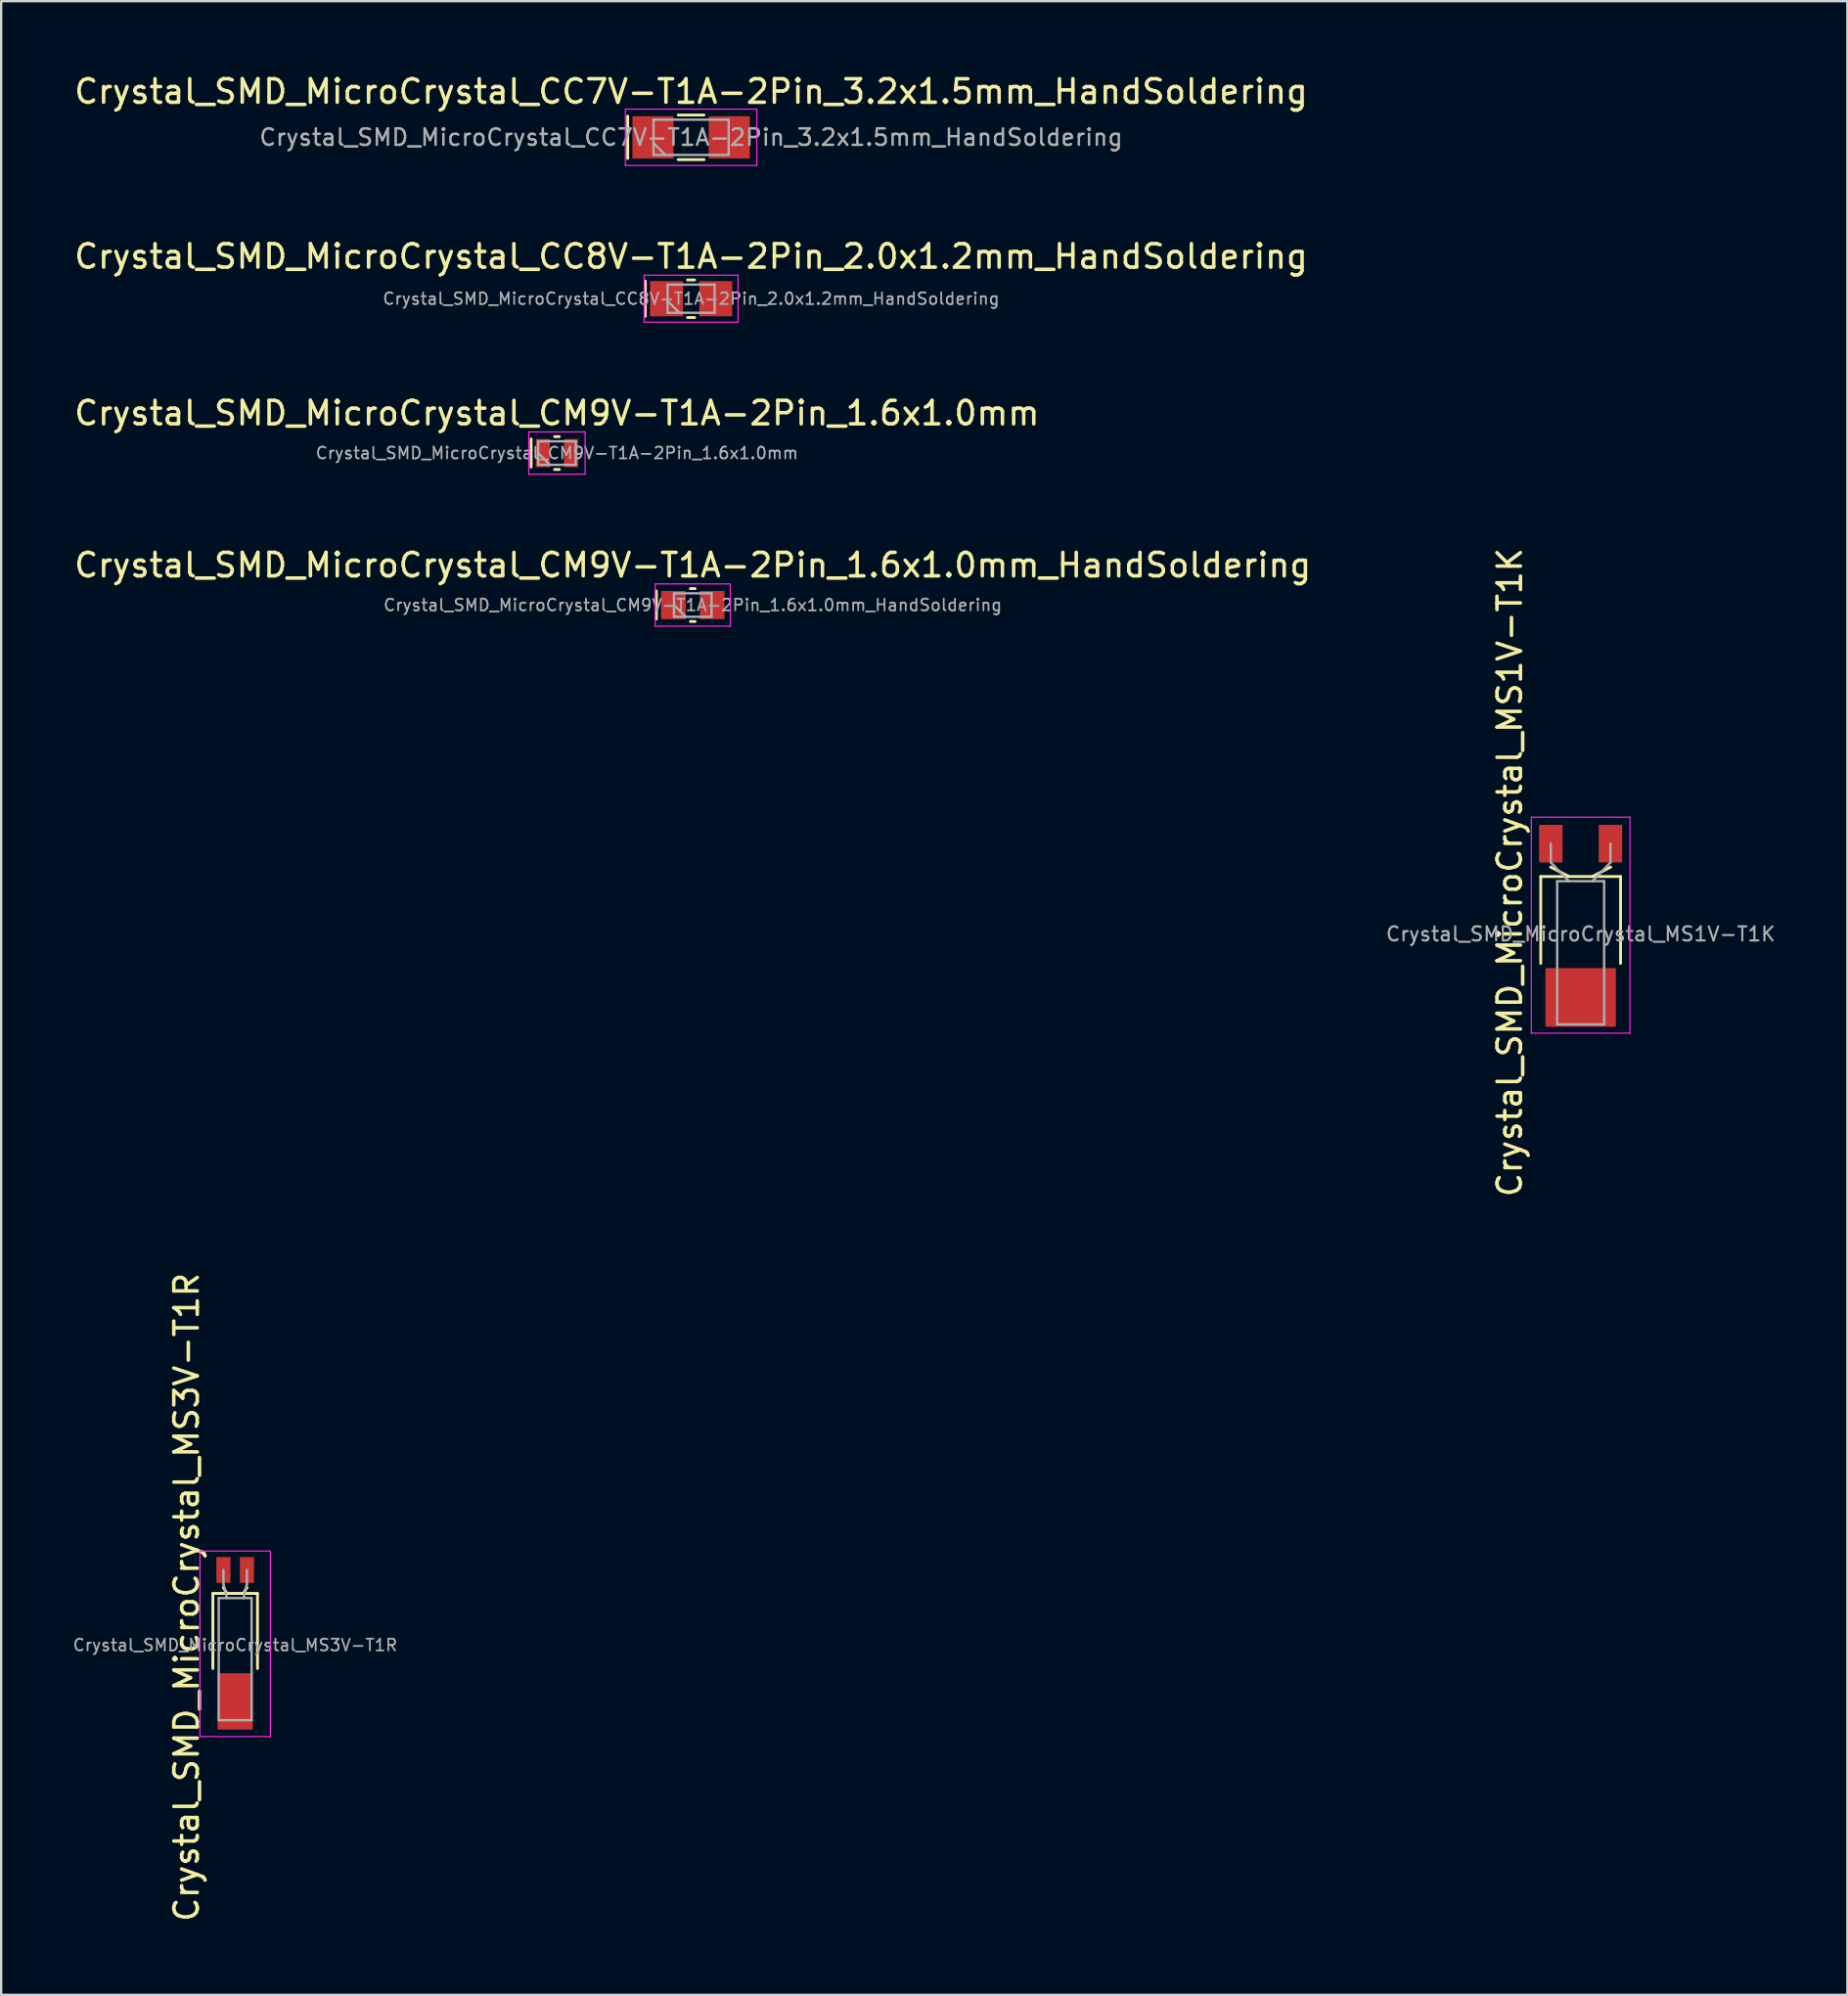
<source format=kicad_pcb>
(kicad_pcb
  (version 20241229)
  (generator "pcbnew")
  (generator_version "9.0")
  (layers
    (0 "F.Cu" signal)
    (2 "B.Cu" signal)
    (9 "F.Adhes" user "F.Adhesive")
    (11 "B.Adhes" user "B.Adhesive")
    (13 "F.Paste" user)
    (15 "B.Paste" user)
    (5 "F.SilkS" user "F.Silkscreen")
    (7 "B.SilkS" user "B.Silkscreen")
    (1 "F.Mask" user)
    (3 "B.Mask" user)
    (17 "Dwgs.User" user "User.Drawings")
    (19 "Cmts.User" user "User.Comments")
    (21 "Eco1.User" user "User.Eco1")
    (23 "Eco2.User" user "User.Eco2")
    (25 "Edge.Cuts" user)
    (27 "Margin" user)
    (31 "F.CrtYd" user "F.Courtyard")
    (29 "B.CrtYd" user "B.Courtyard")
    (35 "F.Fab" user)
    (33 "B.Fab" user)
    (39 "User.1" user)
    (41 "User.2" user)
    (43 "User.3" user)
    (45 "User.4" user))
  (footprint "Crystal_SMD_MicroCrystal_MS1V-T1K"
    (layer "F.Cu")
    (at 64.277 36.379)
    (property "Reference" "Crystal_SMD_MicroCrystal_MS1V-T1K" (at -3.02 -2.275 90) (layer "F.SilkS") (effects (font (size 1 1) (thickness 0.15))))
    (attr smd)
    (fp_line (start -1.7 -2.1) (end 1.7 -2.1) (stroke (width 0.12) (type solid)) (layer "F.SilkS"))
    (fp_line (start -1.7 1.6) (end -1.7 -2.1) (stroke (width 0.12) (type solid)) (layer "F.SilkS"))
    (fp_line (start -1.27 -2.5) (end -1.27 -2.5) (stroke (width 0.12) (type solid)) (layer "F.SilkS"))
    (fp_line (start -0.5 -2.1) (end -1.27 -2.5) (stroke (width 0.12) (type solid)) (layer "F.SilkS"))
    (fp_line (start 0.5 -2.1) (end 1.27 -2.5) (stroke (width 0.12) (type solid)) (layer "F.SilkS"))
    (fp_line (start 1.27 -2.5) (end 1.27 -2.5) (stroke (width 0.12) (type solid)) (layer "F.SilkS"))
    (fp_line (start 1.7 -2.1) (end 1.7 1.6) (stroke (width 0.12) (type solid)) (layer "F.SilkS"))
    (fp_line (start -2.1 -4.627) (end -2.1 4.573) (stroke (width 0.05) (type solid)) (layer "F.CrtYd"))
    (fp_line (start -2.1 4.573) (end 2.1 4.573) (stroke (width 0.05) (type solid)) (layer "F.CrtYd"))
    (fp_line (start 2.1 -4.627) (end -2.1 -4.627) (stroke (width 0.05) (type solid)) (layer "F.CrtYd"))
    (fp_line (start 2.1 4.573) (end 2.1 -4.627) (stroke (width 0.05) (type solid)) (layer "F.CrtYd"))
    (fp_line (start -1.27 -2.7) (end -1.27 -3.5) (stroke (width 0.1) (type solid)) (layer "F.Fab"))
    (fp_line (start -1 -1.9) (end -1 4.2) (stroke (width 0.1) (type solid)) (layer "F.Fab"))
    (fp_line (start -1 4.2) (end 1 4.2) (stroke (width 0.1) (type solid)) (layer "F.Fab"))
    (fp_line (start -0.5 -1.9) (end -1.27 -2.7) (stroke (width 0.1) (type solid)) (layer "F.Fab"))
    (fp_line (start 0.5 -1.9) (end 1.27 -2.7) (stroke (width 0.1) (type solid)) (layer "F.Fab"))
    (fp_line (start 1 -1.9) (end -1 -1.9) (stroke (width 0.1) (type solid)) (layer "F.Fab"))
    (fp_line (start 1 4.2) (end 1 -1.9) (stroke (width 0.1) (type solid)) (layer "F.Fab"))
    (fp_line (start 1.27 -2.7) (end 1.27 -3.5) (stroke (width 0.1) (type solid)) (layer "F.Fab"))
    (fp_text user "${REFERENCE}" (at 0 0.35 0) (layer "F.Fab") (effects (font (size 0.6 0.6) (thickness 0.09))))
    (pad "1" smd rect (at -1.27 -3.5) (size 1 1.6) (layers "F.Cu" "F.Mask" "F.Paste"))
    (pad "2" smd rect (at 1.27 -3.5) (size 1 1.6) (layers "F.Cu" "F.Mask" "F.Paste"))
    (pad "3" smd rect (at 0 3.05) (size 3 2.5) (layers "F.Cu" "F.Mask" "F.Paste")))
  (footprint "Crystal_SMD_MicroCrystal_CC7V-T1A-2Pin_3.2x1.5mm_HandSoldering"
    (layer "F.Cu")
    (at 26.387 2.798)
    (property "Reference" "Crystal_SMD_MicroCrystal_CC7V-T1A-2Pin_3.2x1.5mm_HandSoldering" (at 0 -1.95 0) (layer "F.SilkS") (effects (font (size 1 1) (thickness 0.15))))
    (attr smd)
    (fp_line (start -2.7 -0.9) (end -2.7 0.9) (stroke (width 0.12) (type solid)) (layer "F.SilkS"))
    (fp_line (start -0.55 -0.95) (end 0.55 -0.95) (stroke (width 0.12) (type solid)) (layer "F.SilkS"))
    (fp_line (start -0.55 0.95) (end 0.55 0.95) (stroke (width 0.12) (type solid)) (layer "F.SilkS"))
    (fp_line (start -2.8 -1.2) (end -2.8 1.2) (stroke (width 0.05) (type solid)) (layer "F.CrtYd"))
    (fp_line (start -2.8 1.2) (end 2.8 1.2) (stroke (width 0.05) (type solid)) (layer "F.CrtYd"))
    (fp_line (start 2.8 -1.2) (end -2.8 -1.2) (stroke (width 0.05) (type solid)) (layer "F.CrtYd"))
    (fp_line (start 2.8 1.2) (end 2.8 -1.2) (stroke (width 0.05) (type solid)) (layer "F.CrtYd"))
    (fp_line (start -1.6 -0.75) (end -1.6 0.75) (stroke (width 0.1) (type solid)) (layer "F.Fab"))
    (fp_line (start -1.6 0.25) (end -1.1 0.75) (stroke (width 0.1) (type solid)) (layer "F.Fab"))
    (fp_line (start -1.6 0.75) (end 1.6 0.75) (stroke (width 0.1) (type solid)) (layer "F.Fab"))
    (fp_line (start 1.6 -0.75) (end -1.6 -0.75) (stroke (width 0.1) (type solid)) (layer "F.Fab"))
    (fp_line (start 1.6 0.75) (end 1.6 -0.75) (stroke (width 0.1) (type solid)) (layer "F.Fab"))
    (fp_text user "${REFERENCE}" (at 0 0 0) (layer "F.Fab") (effects (font (size 0.7 0.7) (thickness 0.105))))
    (pad "1" smd rect (at -1.625 0) (size 1.75 1.8) (layers "F.Cu" "F.Mask" "F.Paste"))
    (pad "2" smd rect (at 1.625 0) (size 1.75 1.8) (layers "F.Cu" "F.Mask" "F.Paste")))
  (footprint "Crystal_SMD_MicroCrystal_MS3V-T1R"
    (layer "F.Cu")
    (at 6.967 66.936)
    (property "Reference" "Crystal_SMD_MicroCrystal_MS3V-T1R" (at -2.07 -1.962 90) (layer "F.SilkS") (effects (font (size 1 1) (thickness 0.15))))
    (attr smd)
    (fp_line (start -0.95 -2.125) (end 0.95 -2.125) (stroke (width 0.12) (type solid)) (layer "F.SilkS"))
    (fp_line (start -0.95 1.075) (end -0.95 -2.125) (stroke (width 0.12) (type solid)) (layer "F.SilkS"))
    (fp_line (start -0.5 -2.375) (end -0.5 -2.375) (stroke (width 0.12) (type solid)) (layer "F.SilkS"))
    (fp_line (start -0.35 -2.125) (end -0.5 -2.375) (stroke (width 0.12) (type solid)) (layer "F.SilkS"))
    (fp_line (start 0.35 -2.125) (end 0.5 -2.375) (stroke (width 0.12) (type solid)) (layer "F.SilkS"))
    (fp_line (start 0.5 -2.375) (end 0.5 -2.375) (stroke (width 0.12) (type solid)) (layer "F.SilkS"))
    (fp_line (start 0.95 -2.125) (end 0.95 1.075) (stroke (width 0.12) (type solid)) (layer "F.SilkS"))
    (fp_line (start -1.5 -3.928) (end -1.5 3.972) (stroke (width 0.05) (type solid)) (layer "F.CrtYd"))
    (fp_line (start -1.5 3.972) (end 1.5 3.972) (stroke (width 0.05) (type solid)) (layer "F.CrtYd"))
    (fp_line (start 1.5 -3.928) (end -1.5 -3.928) (stroke (width 0.05) (type solid)) (layer "F.CrtYd"))
    (fp_line (start 1.5 3.972) (end 1.5 -3.928) (stroke (width 0.05) (type solid)) (layer "F.CrtYd"))
    (fp_line (start -0.7 -1.925) (end -0.7 3.275) (stroke (width 0.1) (type solid)) (layer "F.Fab"))
    (fp_line (start -0.7 3.275) (end 0.7 3.275) (stroke (width 0.1) (type solid)) (layer "F.Fab"))
    (fp_line (start -0.5 -2.525) (end -0.5 -3.125) (stroke (width 0.1) (type solid)) (layer "F.Fab"))
    (fp_line (start -0.35 -1.925) (end -0.5 -2.525) (stroke (width 0.1) (type solid)) (layer "F.Fab"))
    (fp_line (start 0.35 -1.925) (end 0.5 -2.525) (stroke (width 0.1) (type solid)) (layer "F.Fab"))
    (fp_line (start 0.5 -2.525) (end 0.5 -3.125) (stroke (width 0.1) (type solid)) (layer "F.Fab"))
    (fp_line (start 0.7 -1.925) (end -0.7 -1.925) (stroke (width 0.1) (type solid)) (layer "F.Fab"))
    (fp_line (start 0.7 3.275) (end 0.7 -1.925) (stroke (width 0.1) (type solid)) (layer "F.Fab"))
    (fp_text user "${REFERENCE}" (at 0 0.075 0) (layer "F.Fab") (effects (font (size 0.5 0.5) (thickness 0.075))))
    (pad "1" smd rect (at -0.5 -3.125) (size 0.6 1.1) (layers "F.Cu" "F.Mask" "F.Paste"))
    (pad "2" smd rect (at 0.5 -3.125) (size 0.6 1.1) (layers "F.Cu" "F.Mask" "F.Paste"))
    (pad "3" smd rect (at 0 2.475) (size 1.5 2.4) (layers "F.Cu" "F.Mask" "F.Paste")))
  (footprint "Crystal_SMD_MicroCrystal_CM9V-T1A-2Pin_1.6x1.0mm_HandSoldering"
    (layer "F.Cu")
    (at 26.458 22.718)
    (property "Reference" "Crystal_SMD_MicroCrystal_CM9V-T1A-2Pin_1.6x1.0mm_HandSoldering" (at 0 -1.7 0) (layer "F.SilkS") (effects (font (size 1 1) (thickness 0.15))))
    (attr smd)
    (fp_line (start -1.55 -0.6) (end -1.55 0.6) (stroke (width 0.12) (type solid)) (layer "F.SilkS"))
    (fp_line (start -0.1 -0.7) (end 0.1 -0.7) (stroke (width 0.12) (type solid)) (layer "F.SilkS"))
    (fp_line (start -0.1 0.7) (end 0.1 0.7) (stroke (width 0.12) (type solid)) (layer "F.SilkS"))
    (fp_line (start -1.6 -0.9) (end -1.6 0.9) (stroke (width 0.05) (type solid)) (layer "F.CrtYd"))
    (fp_line (start -1.6 0.9) (end 1.6 0.9) (stroke (width 0.05) (type solid)) (layer "F.CrtYd"))
    (fp_line (start 1.6 -0.9) (end -1.6 -0.9) (stroke (width 0.05) (type solid)) (layer "F.CrtYd"))
    (fp_line (start 1.6 0.9) (end 1.6 -0.9) (stroke (width 0.05) (type solid)) (layer "F.CrtYd"))
    (fp_line (start -0.8 -0.5) (end -0.8 0.5) (stroke (width 0.1) (type solid)) (layer "F.Fab"))
    (fp_line (start -0.8 0) (end -0.3 0.5) (stroke (width 0.1) (type solid)) (layer "F.Fab"))
    (fp_line (start -0.8 0.5) (end 0.8 0.5) (stroke (width 0.1) (type solid)) (layer "F.Fab"))
    (fp_line (start 0.8 -0.5) (end -0.8 -0.5) (stroke (width 0.1) (type solid)) (layer "F.Fab"))
    (fp_line (start 0.8 0.5) (end 0.8 -0.5) (stroke (width 0.1) (type solid)) (layer "F.Fab"))
    (fp_text user "${REFERENCE}" (at 0 0 0) (layer "F.Fab") (effects (font (size 0.5 0.5) (thickness 0.075))))
    (pad "1" smd rect (at -0.825 0) (size 1.05 1.2) (layers "F.Cu" "F.Mask" "F.Paste"))
    (pad "2" smd rect (at 0.825 0) (size 1.05 1.2) (layers "F.Cu" "F.Mask" "F.Paste")))
  (footprint "Crystal_SMD_MicroCrystal_CC8V-T1A-2Pin_2.0x1.2mm_HandSoldering"
    (layer "F.Cu")
    (at 26.387 9.671)
    (property "Reference" "Crystal_SMD_MicroCrystal_CC8V-T1A-2Pin_2.0x1.2mm_HandSoldering" (at 0 -1.8 0) (layer "F.SilkS") (effects (font (size 1 1) (thickness 0.15))))
    (attr smd)
    (fp_line (start -1.95 -0.75) (end -1.95 0.75) (stroke (width 0.12) (type solid)) (layer "F.SilkS"))
    (fp_line (start -0.15 -0.8) (end 0.15 -0.8) (stroke (width 0.12) (type solid)) (layer "F.SilkS"))
    (fp_line (start -0.15 0.8) (end 0.15 0.8) (stroke (width 0.12) (type solid)) (layer "F.SilkS"))
    (fp_line (start -2 -1) (end -2 1) (stroke (width 0.05) (type solid)) (layer "F.CrtYd"))
    (fp_line (start -2 1) (end 2 1) (stroke (width 0.05) (type solid)) (layer "F.CrtYd"))
    (fp_line (start 2 -1) (end -2 -1) (stroke (width 0.05) (type solid)) (layer "F.CrtYd"))
    (fp_line (start 2 1) (end 2 -1) (stroke (width 0.05) (type solid)) (layer "F.CrtYd"))
    (fp_line (start -1 -0.6) (end -1 0.6) (stroke (width 0.1) (type solid)) (layer "F.Fab"))
    (fp_line (start -1 0.1) (end -0.5 0.6) (stroke (width 0.1) (type solid)) (layer "F.Fab"))
    (fp_line (start -1 0.6) (end 1 0.6) (stroke (width 0.1) (type solid)) (layer "F.Fab"))
    (fp_line (start 1 -0.6) (end -1 -0.6) (stroke (width 0.1) (type solid)) (layer "F.Fab"))
    (fp_line (start 1 0.6) (end 1 -0.6) (stroke (width 0.1) (type solid)) (layer "F.Fab"))
    (fp_text user "${REFERENCE}" (at 0 0 0) (layer "F.Fab") (effects (font (size 0.5 0.5) (thickness 0.075))))
    (pad "1" smd rect (at -1.05 0) (size 1.4 1.5) (layers "F.Cu" "F.Mask" "F.Paste"))
    (pad "2" smd rect (at 1.05 0) (size 1.4 1.5) (layers "F.Cu" "F.Mask" "F.Paste")))
  (footprint "Crystal_SMD_MicroCrystal_CM9V-T1A-2Pin_1.6x1.0mm"
    (layer "F.Cu")
    (at 20.673 16.245)
    (property "Reference" "Crystal_SMD_MicroCrystal_CM9V-T1A-2Pin_1.6x1.0mm" (at 0 -1.7 0) (layer "F.SilkS") (effects (font (size 1 1) (thickness 0.15))))
    (attr smd)
    (fp_line (start -1.1 -0.6) (end -1.1 0.6) (stroke (width 0.12) (type solid)) (layer "F.SilkS"))
    (fp_line (start -0.1 -0.7) (end 0.1 -0.7) (stroke (width 0.12) (type solid)) (layer "F.SilkS"))
    (fp_line (start -0.1 0.7) (end 0.1 0.7) (stroke (width 0.12) (type solid)) (layer "F.SilkS"))
    (fp_line (start -1.2 -0.9) (end -1.2 0.9) (stroke (width 0.05) (type solid)) (layer "F.CrtYd"))
    (fp_line (start -1.2 0.9) (end 1.2 0.9) (stroke (width 0.05) (type solid)) (layer "F.CrtYd"))
    (fp_line (start 1.2 -0.9) (end -1.2 -0.9) (stroke (width 0.05) (type solid)) (layer "F.CrtYd"))
    (fp_line (start 1.2 0.9) (end 1.2 -0.9) (stroke (width 0.05) (type solid)) (layer "F.CrtYd"))
    (fp_line (start -0.8 -0.5) (end -0.8 0.5) (stroke (width 0.1) (type solid)) (layer "F.Fab"))
    (fp_line (start -0.8 0) (end -0.3 0.5) (stroke (width 0.1) (type solid)) (layer "F.Fab"))
    (fp_line (start -0.8 0.5) (end 0.8 0.5) (stroke (width 0.1) (type solid)) (layer "F.Fab"))
    (fp_line (start 0.8 -0.5) (end -0.8 -0.5) (stroke (width 0.1) (type solid)) (layer "F.Fab"))
    (fp_line (start 0.8 0.5) (end 0.8 -0.5) (stroke (width 0.1) (type solid)) (layer "F.Fab"))
    (fp_text user "${REFERENCE}" (at 0 0 0) (layer "F.Fab") (effects (font (size 0.5 0.5) (thickness 0.075))))
    (pad "1" smd rect (at -0.6 0) (size 0.6 1.2) (layers "F.Cu" "F.Mask" "F.Paste"))
    (pad "2" smd rect (at 0.6 0) (size 0.6 1.2) (layers "F.Cu" "F.Mask" "F.Paste")))
  (gr_rect
    (start -3 -3)
    (end 75.638 81.908)
    (stroke (width 0.1) (type default))
    (fill no)
    (layer "Edge.Cuts")))
</source>
